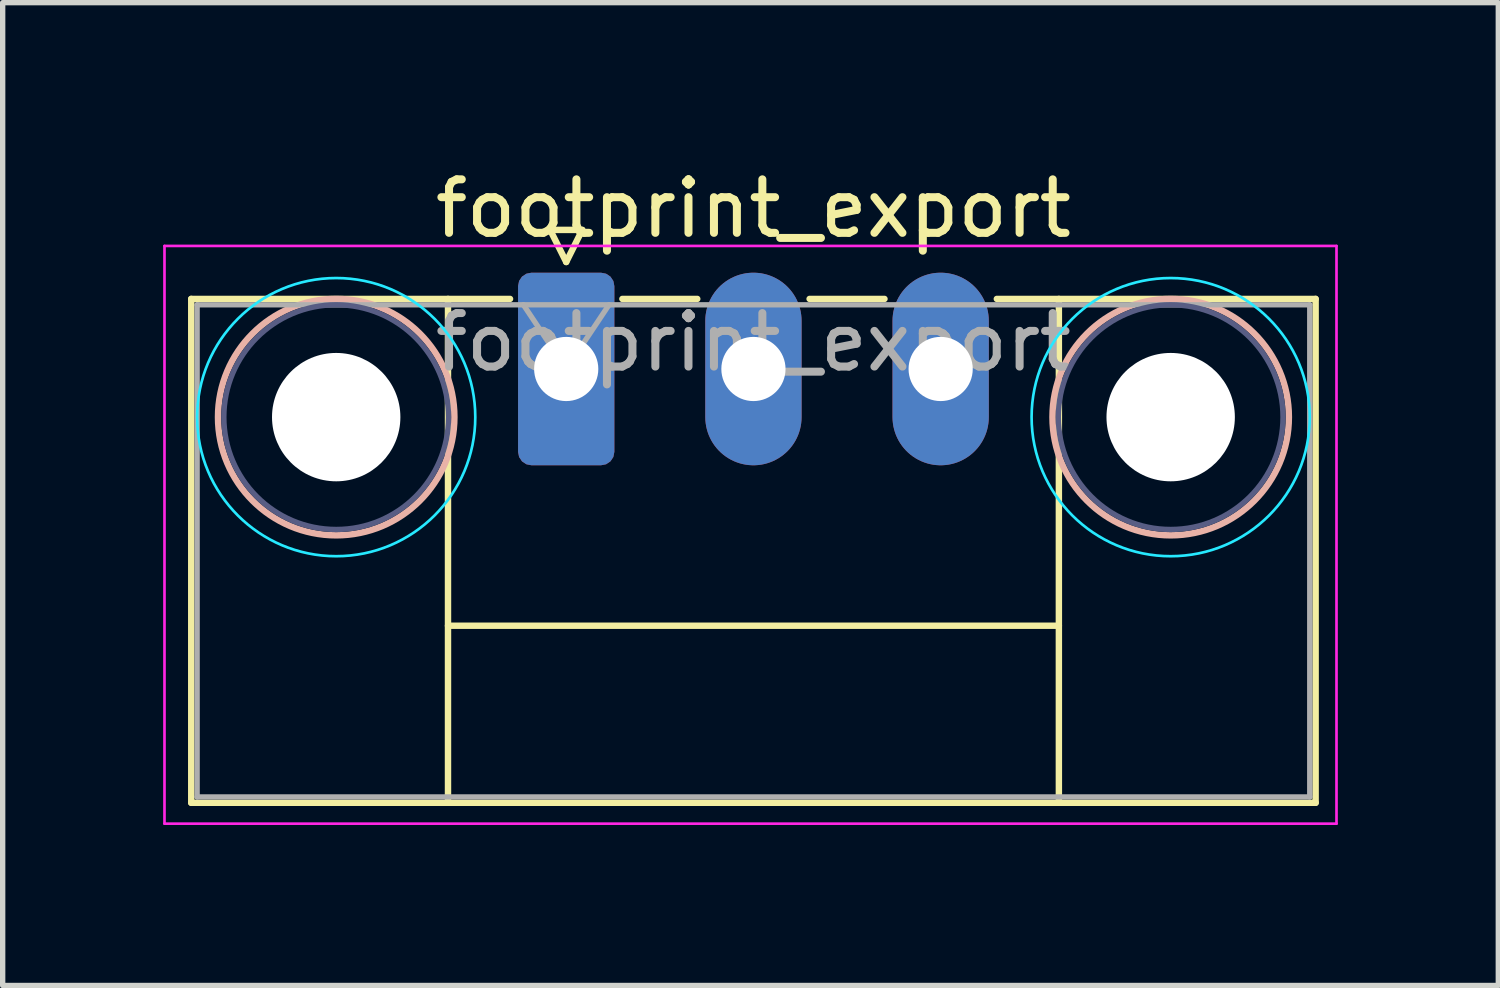
<source format=kicad_pcb>
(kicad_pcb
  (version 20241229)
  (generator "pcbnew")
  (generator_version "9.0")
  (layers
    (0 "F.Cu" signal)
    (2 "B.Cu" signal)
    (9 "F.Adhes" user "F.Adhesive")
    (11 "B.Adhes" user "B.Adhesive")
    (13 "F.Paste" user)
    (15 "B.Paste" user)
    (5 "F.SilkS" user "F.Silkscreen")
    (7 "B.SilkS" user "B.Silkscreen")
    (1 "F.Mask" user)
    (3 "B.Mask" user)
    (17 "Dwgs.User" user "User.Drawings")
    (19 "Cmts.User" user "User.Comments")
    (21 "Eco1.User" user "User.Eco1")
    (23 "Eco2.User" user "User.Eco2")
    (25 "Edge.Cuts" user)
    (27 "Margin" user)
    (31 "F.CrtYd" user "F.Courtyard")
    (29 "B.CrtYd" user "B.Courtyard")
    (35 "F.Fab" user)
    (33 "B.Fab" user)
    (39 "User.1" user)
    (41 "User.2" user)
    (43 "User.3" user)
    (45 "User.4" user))
  (footprint "footprint_export"
    (layer "F.Cu")
    (at 7.535 3.848)
    (property "Reference" "footprint_export" (at 3.5 -3 0) (layer "F.SilkS") (effects (font (size 1 1) (thickness 0.15))))
    (attr through_hole)
    (fp_line (start -7.01 -1.31) (end -7.01 8.11) (stroke (width 0.12) (type solid)) (layer "F.SilkS"))
    (fp_line (start -7.01 -1.31) (end -1.05 -1.31) (stroke (width 0.12) (type solid)) (layer "F.SilkS"))
    (fp_line (start -7.01 8.11) (end 14.01 8.11) (stroke (width 0.12) (type solid)) (layer "F.SilkS"))
    (fp_line (start -2.21 -1.31) (end -2.21 8.11) (stroke (width 0.12) (type solid)) (layer "F.SilkS"))
    (fp_line (start -2.21 4.8) (end 9.21 4.8) (stroke (width 0.12) (type solid)) (layer "F.SilkS"))
    (fp_line (start -0.3 -2.6) (end 0.3 -2.6) (stroke (width 0.12) (type solid)) (layer "F.SilkS"))
    (fp_line (start 0 -2) (end -0.3 -2.6) (stroke (width 0.12) (type solid)) (layer "F.SilkS"))
    (fp_line (start 0.3 -2.6) (end 0 -2) (stroke (width 0.12) (type solid)) (layer "F.SilkS"))
    (fp_line (start 1.05 -1.31) (end 2.45 -1.31) (stroke (width 0.12) (type solid)) (layer "F.SilkS"))
    (fp_line (start 4.55 -1.31) (end 5.95 -1.31) (stroke (width 0.12) (type solid)) (layer "F.SilkS"))
    (fp_line (start 9.21 -1.31) (end 9.21 8.11) (stroke (width 0.12) (type solid)) (layer "F.SilkS"))
    (fp_line (start 14.01 -1.31) (end 8.05 -1.31) (stroke (width 0.12) (type solid)) (layer "F.SilkS"))
    (fp_line (start 14.01 8.11) (end 14.01 -1.31) (stroke (width 0.12) (type solid)) (layer "F.SilkS"))
    (fp_circle (center -4.3 0.9) (end -2.09 0.9) (stroke (width 0.12) (type solid)) (fill no) (layer "B.SilkS"))
    (fp_circle (center 11.3 0.9) (end 13.51 0.9) (stroke (width 0.12) (type solid)) (fill no) (layer "B.SilkS"))
    (fp_circle (center -4.3 0.9) (end -1.7 0.9) (stroke (width 0.05) (type solid)) (fill no) (layer "B.CrtYd"))
    (fp_circle (center 11.3 0.9) (end 13.9 0.9) (stroke (width 0.05) (type solid)) (fill no) (layer "B.CrtYd"))
    (fp_line (start -7.51 -2.3) (end -7.51 8.5) (stroke (width 0.05) (type solid)) (layer "F.CrtYd"))
    (fp_line (start -7.51 8.5) (end 14.4 8.5) (stroke (width 0.05) (type solid)) (layer "F.CrtYd"))
    (fp_line (start 14.4 -2.3) (end -7.51 -2.3) (stroke (width 0.05) (type solid)) (layer "F.CrtYd"))
    (fp_line (start 14.4 8.5) (end 14.4 -2.3) (stroke (width 0.05) (type solid)) (layer "F.CrtYd"))
    (fp_circle (center -4.3 0.9) (end -2.2 0.9) (stroke (width 0.1) (type solid)) (fill no) (layer "B.Fab"))
    (fp_circle (center 11.3 0.9) (end 13.4 0.9) (stroke (width 0.1) (type solid)) (fill no) (layer "B.Fab"))
    (fp_line (start -6.9 -1.2) (end -6.9 8) (stroke (width 0.1) (type solid)) (layer "F.Fab"))
    (fp_line (start -6.9 8) (end 13.9 8) (stroke (width 0.1) (type solid)) (layer "F.Fab"))
    (fp_line (start 0 0) (end -0.8 -1.2) (stroke (width 0.1) (type solid)) (layer "F.Fab"))
    (fp_line (start 0.8 -1.2) (end 0 0) (stroke (width 0.1) (type solid)) (layer "F.Fab"))
    (fp_line (start 13.9 -1.2) (end -6.9 -1.2) (stroke (width 0.1) (type solid)) (layer "F.Fab"))
    (fp_line (start 13.9 8) (end 13.9 -1.2) (stroke (width 0.1) (type solid)) (layer "F.Fab"))
    (fp_text user "${REFERENCE}" (at 3.5 -0.5 0) (layer "F.Fab") (effects (font (size 1 1) (thickness 0.15))))
    (pad "" np_thru_hole circle (at -4.3 0.9) (size 2.4 2.4) (drill 2.4) (layers "*.Cu" "*.Mask"))
    (pad "" np_thru_hole circle (at 11.3 0.9) (size 2.4 2.4) (drill 2.4) (layers "*.Cu" "*.Mask"))
    (pad "1" thru_hole roundrect (at 0 0) (size 1.8 3.6) (drill 1.2) (layers "*.Cu" "*.Mask") (roundrect_rratio 0.139))
    (pad "2" thru_hole oval (at 3.5 0) (size 1.8 3.6) (drill 1.2) (layers "*.Cu" "*.Mask"))
    (pad "3" thru_hole oval (at 7 0) (size 1.8 3.6) (drill 1.2) (layers "*.Cu" "*.Mask")))
  (gr_rect
    (start -3 -3)
    (end 24.96 15.373)
    (stroke (width 0.1) (type default))
    (fill no)
    (layer "Edge.Cuts")))
</source>
